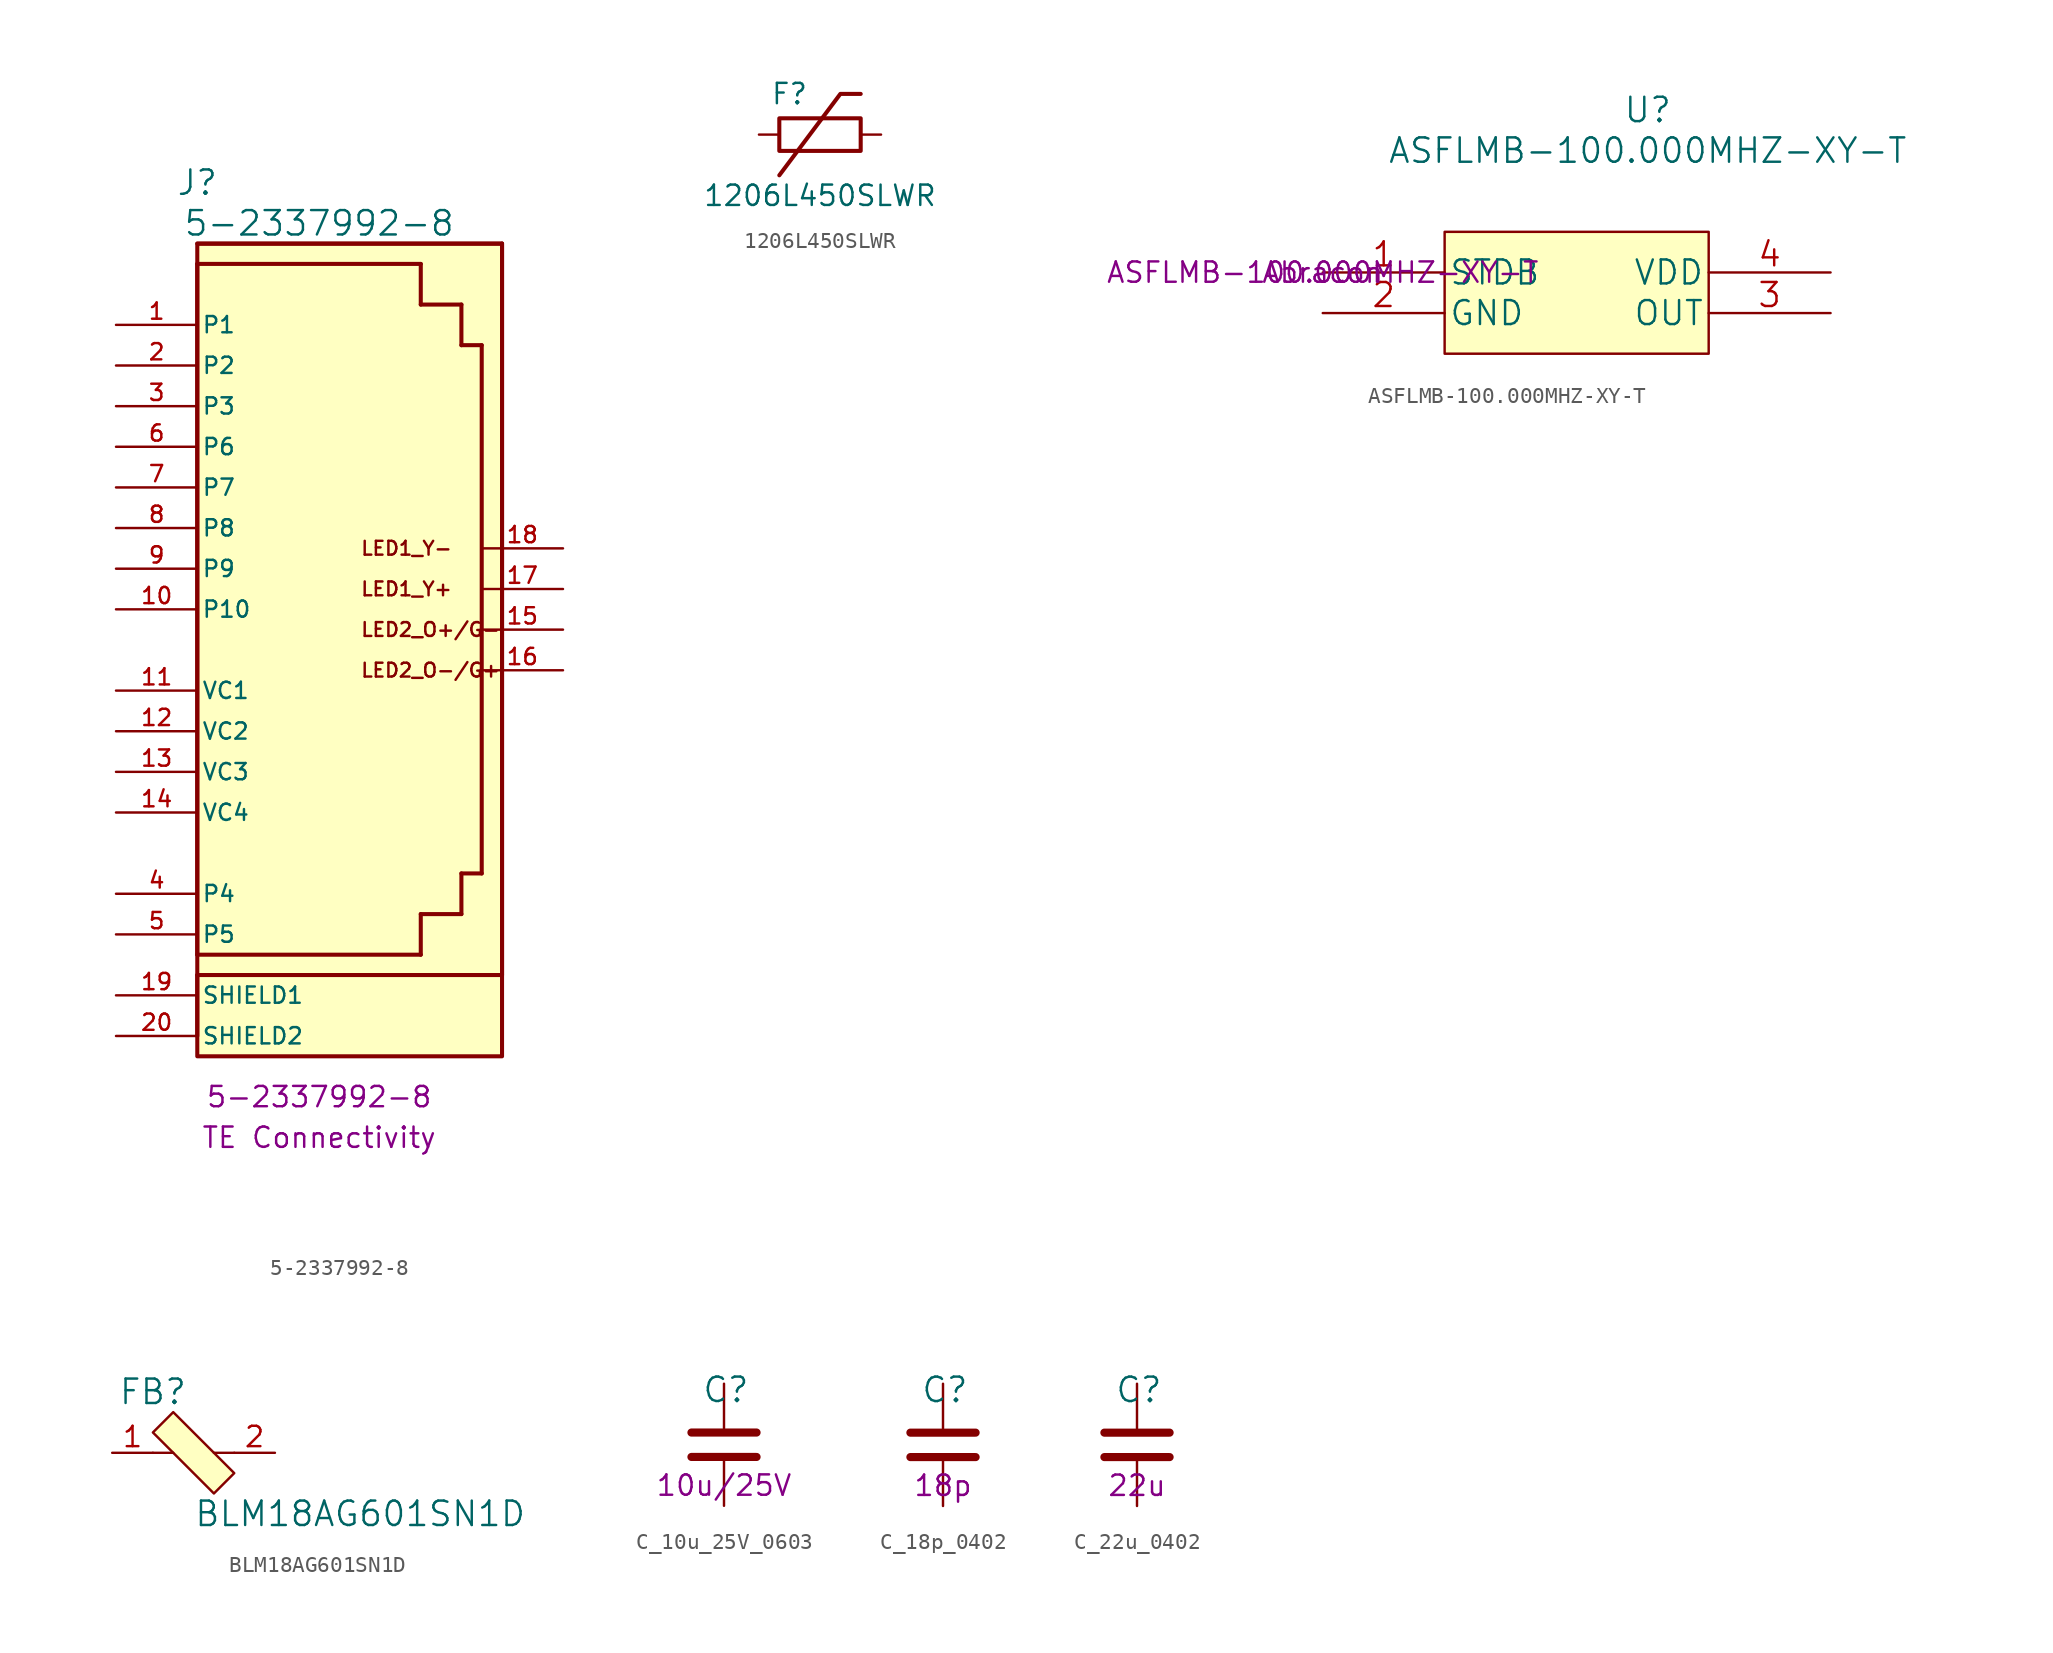
<source format=kicad_sym>
(kicad_symbol_lib
  (version 20211014)
  (generator kicad_symbol_editor)
  (symbol "5-2337992-8"
    (pin_names
      (offset 0.254))
    (property "Reference" "J"
      (at 41.91 5.08 0)
      (effects (font (size 1.524 1.524))))
    (property "Value" "5-2337992-8"
      (at 49.53 2.54 0)
      (effects (font (size 1.524 1.524))))
    (property "Datasheet" ""
      (at 36.83 -3.81 0)
      (effects (font (size 1.524 1.524))))
    (property "MPN" "5-2337992-8"
      (at 49.53 -52.07 0)
      (effects (font (size 1.27 1.27))))
    (property "Manufacturer" "TE Connectivity"
      (at 49.53 -54.61 0)
      (effects (font (size 1.27 1.27))))
    (symbol "5-2337992-8_1_1"
      (polyline (pts (xy 41.91 -44.45) (xy 41.91 -48.26)) (stroke (width 0.254) (type default) (color 0 0 0 0)) (fill (type none)))
      (polyline (pts (xy 41.91 -43.18) (xy 41.91 0)) (stroke (width 0.254) (type default) (color 0 0 0 0)) (fill (type none)))
      (polyline (pts (xy 41.91 0) (xy 55.88 0)) (stroke (width 0.254) (type default) (color 0 0 0 0)) (fill (type none)))
      (polyline (pts (xy 41.91 1.27) (xy 60.96 1.27)) (stroke (width 0.254) (type default) (color 0 0 0 0)) (fill (type none)))
      (polyline (pts (xy 55.88 -43.18) (xy 41.91 -43.18)) (stroke (width 0.254) (type default) (color 0 0 0 0)) (fill (type none)))
      (polyline (pts (xy 55.88 -43.18) (xy 55.88 -40.64)) (stroke (width 0.254) (type default) (color 0 0 0 0)) (fill (type none)))
      (polyline (pts (xy 55.88 -40.64) (xy 58.42 -40.64)) (stroke (width 0.254) (type default) (color 0 0 0 0)) (fill (type none)))
      (polyline (pts (xy 55.88 -2.54) (xy 58.42 -2.54)) (stroke (width 0.254) (type default) (color 0 0 0 0)) (fill (type none)))
      (polyline (pts (xy 55.88 0) (xy 55.88 -2.54)) (stroke (width 0.254) (type default) (color 0 0 0 0)) (fill (type none)))
      (polyline (pts (xy 58.42 -40.64) (xy 58.42 -38.1)) (stroke (width 0.254) (type default) (color 0 0 0 0)) (fill (type none)))
      (polyline (pts (xy 58.42 -38.1) (xy 59.69 -38.1)) (stroke (width 0.254) (type default) (color 0 0 0 0)) (fill (type none)))
      (polyline (pts (xy 58.42 -5.08) (xy 59.69 -5.08)) (stroke (width 0.254) (type default) (color 0 0 0 0)) (fill (type none)))
      (polyline (pts (xy 58.42 -2.54) (xy 58.42 -5.08)) (stroke (width 0.254) (type default) (color 0 0 0 0)) (fill (type none)))
      (polyline (pts (xy 59.69 -5.08) (xy 59.69 -38.1)) (stroke (width 0.254) (type default) (color 0 0 0 0)) (fill (type none)))
      (polyline (pts (xy 60.96 -44.45) (xy 41.91 -44.45)) (stroke (width 0.254) (type default) (color 0 0 0 0)) (fill (type none)))
      (polyline (pts (xy 60.96 1.27) (xy 60.96 -44.45)) (stroke (width 0.254) (type default) (color 0 0 0 0)) (fill (type none)))
      (rectangle (start 41.91 1.27) (end 60.96 -49.53) (stroke (width 0.254) (type default) (color 0 0 0 0)) (fill (type background)))
      (text "LED1_Y+" (at 52.07 -20.32 0) (effects (font (size 0.864 0.864)) (justify left)))
      (text "LED1_Y-" (at 52.07 -17.78 0) (effects (font (size 0.864 0.864)) (justify left)))
      (text "LED2_O+/G-" (at 52.07 -22.86 0) (effects (font (size 0.864 0.864)) (justify left)))
      (text "LED2_O-/G+" (at 52.07 -25.4 0) (effects (font (size 0.864 0.864)) (justify left)))
      (pin bidirectional line (at 36.83 -3.81 0) (length 5.08) (name "P1" (effects (font (size 1.016 1.016)))) (number "1" (effects (font (size 1.016 1.016)))))
      (pin bidirectional line (at 36.83 -21.59 0) (length 5.08) (name "P10" (effects (font (size 1.016 1.016)))) (number "10" (effects (font (size 1.016 1.016)))))
      (pin bidirectional line (at 36.83 -26.67 0) (length 5.08) (name "VC1" (effects (font (size 1.016 1.016)))) (number "11" (effects (font (size 1.016 1.016)))))
      (pin bidirectional line (at 36.83 -29.21 0) (length 5.08) (name "VC2" (effects (font (size 1.016 1.016)))) (number "12" (effects (font (size 1.016 1.016)))))
      (pin bidirectional line (at 36.83 -31.75 0) (length 5.08) (name "VC3" (effects (font (size 1.016 1.016)))) (number "13" (effects (font (size 1.016 1.016)))))
      (pin bidirectional line (at 36.83 -34.29 0) (length 5.08) (name "VC4" (effects (font (size 1.016 1.016)))) (number "14" (effects (font (size 1.016 1.016)))))
      (pin passive line (at 64.77 -22.86 180) (length 5.08) (name "~" (effects (font (size 1.016 1.016)))) (number "15" (effects (font (size 1.016 1.016)))))
      (pin passive line (at 64.77 -25.4 180) (length 5.08) (name "~" (effects (font (size 1.016 1.016)))) (number "16" (effects (font (size 1.016 1.016)))))
      (pin passive line (at 64.77 -20.32 180) (length 5.08) (name "~" (effects (font (size 1.016 1.016)))) (number "17" (effects (font (size 1.016 1.016)))))
      (pin passive line (at 64.77 -17.78 180) (length 5.08) (name "~" (effects (font (size 1.016 1.016)))) (number "18" (effects (font (size 1.016 1.016)))))
      (pin passive line (at 36.83 -45.72 0) (length 5.08) (name "SHIELD1" (effects (font (size 1.016 1.016)))) (number "19" (effects (font (size 1.016 1.016)))))
      (pin bidirectional line (at 36.83 -6.35 0) (length 5.08) (name "P2" (effects (font (size 1.016 1.016)))) (number "2" (effects (font (size 1.016 1.016)))))
      (pin passive line (at 36.83 -48.26 0) (length 5.08) (name "SHIELD2" (effects (font (size 1.016 1.016)))) (number "20" (effects (font (size 1.016 1.016)))))
      (pin bidirectional line (at 36.83 -8.89 0) (length 5.08) (name "P3" (effects (font (size 1.016 1.016)))) (number "3" (effects (font (size 1.016 1.016)))))
      (pin bidirectional line (at 36.83 -39.37 0) (length 5.08) (name "P4" (effects (font (size 1.016 1.016)))) (number "4" (effects (font (size 1.016 1.016)))))
      (pin bidirectional line (at 36.83 -41.91 0) (length 5.08) (name "P5" (effects (font (size 1.016 1.016)))) (number "5" (effects (font (size 1.016 1.016)))))
      (pin bidirectional line (at 36.83 -11.43 0) (length 5.08) (name "P6" (effects (font (size 1.016 1.016)))) (number "6" (effects (font (size 1.016 1.016)))))
      (pin bidirectional line (at 36.83 -13.97 0) (length 5.08) (name "P7" (effects (font (size 1.016 1.016)))) (number "7" (effects (font (size 1.016 1.016)))))
      (pin bidirectional line (at 36.83 -16.51 0) (length 5.08) (name "P8" (effects (font (size 1.016 1.016)))) (number "8" (effects (font (size 1.016 1.016)))))
      (pin bidirectional line (at 36.83 -19.05 0) (length 5.08) (name "P9" (effects (font (size 1.016 1.016)))) (number "9" (effects (font (size 1.016 1.016)))))))
  (symbol "1206L450SLWR"
    (pin_names
      (offset 1.016))
    (property "Reference" "F"
      (at -1.905 2.54 0)
      (effects (font (size 1.27 1.27))))
    (property "Value" "1206L450SLWR"
      (at 0 -3.81 0)
      (effects (font (size 1.27 1.27))))
    (symbol "1206L450SLWR_0_1"
      (polyline (pts (xy 2.54 2.54) (xy 1.27 2.54) (xy -2.54 -2.54)) (stroke (width 0.254) (type default) (color 0 0 0 0)) (fill (type none))))
    (symbol "1206L450SLWR_1_1"
      (rectangle (start 2.54 -1.016) (end -2.54 1.016) (stroke (width 0.254) (type default) (color 0 0 0 0)) (fill (type none)))
      (pin passive line (at -3.81 0 0) (length 1.27) (name "~" (effects (font (size 0 0)))) (number "1" (effects (font (size 0 0)))))
      (pin passive line (at 3.81 0 180) (length 1.27) (name "~" (effects (font (size 0 0)))) (number "2" (effects (font (size 0 0)))))))
  (symbol "ASFLMB-100.000MHZ-XY-T"
    (pin_names
      (offset 0.254))
    (property "Reference" "U"
      (at 20.32 10.16 0)
      (effects (font (size 1.524 1.524))))
    (property "Value" "ASFLMB-100.000MHZ-XY-T"
      (at 20.32 7.62 0)
      (effects (font (size 1.524 1.524))))
    (property "Datasheet" ""
      (at 0 0 0)
      (effects (font (size 1.524 1.524))))
    (property "Manufacturer" "Abracon"
      (at 0 0 0)
      (effects (font (size 1.27 1.27))))
    (property "MPN" "ASFLMB-100.000MHZ-XY-T"
      (at 0 0 0)
      (effects (font (size 1.27 1.27))))
    (symbol "ASFLMB-100.000MHZ-XY-T_1_1"
      (rectangle (start 7.62 2.54) (end 24.13 -5.08) (stroke (width 0) (type default) (color 0 0 0 0)) (fill (type background)))
      (pin unspecified line (at 0 0 0) (length 7.62) (name "STDB" (effects (font (size 1.499 1.499)))) (number "1" (effects (font (size 1.499 1.499)))))
      (pin unspecified line (at 0 -2.54 0) (length 7.62) (name "GND" (effects (font (size 1.499 1.499)))) (number "2" (effects (font (size 1.499 1.499)))))
      (pin unspecified line (at 31.75 -2.54 180) (length 7.62) (name "OUT" (effects (font (size 1.499 1.499)))) (number "3" (effects (font (size 1.499 1.499)))))
      (pin unspecified line (at 31.75 0 180) (length 7.62) (name "VDD" (effects (font (size 1.499 1.499)))) (number "4" (effects (font (size 1.499 1.499)))))))
  (symbol "BLM18AG601SN1D"
    (pin_names
      (offset 1.016))
    (property "Reference" "FB"
      (at -2.54 3.81 0)
      (effects (font (size 1.524 1.524))))
    (property "Value" "BLM18AG601SN1D"
      (at 0 -3.81 0)
      (effects (font (size 1.524 1.524)) (justify left)))
    (symbol "BLM18AG601SN1D_0_1"
      (polyline (pts (xy -1.27 0) (xy -2.54 0)) (stroke (width 0) (type default) (color 0 0 0 0)) (fill (type none)))
      (polyline (pts (xy 1.27 0) (xy 2.54 0)) (stroke (width 0) (type default) (color 0 0 0 0)) (fill (type none)))
      (polyline (pts (xy -1.27 2.54) (xy -2.54 1.27) (xy 1.27 -2.54) (xy 2.54 -1.27) (xy -1.27 2.54)) (stroke (width 0) (type default) (color 0 0 0 0)) (fill (type background))))
    (symbol "BLM18AG601SN1D_1_1"
      (pin passive line (at -5.08 0 0) (length 2.54) (name "~" (effects (font (size 1.27 1.27)))) (number "1" (effects (font (size 1.27 1.27)))))
      (pin passive line (at 5.08 0 180) (length 2.54) (name "~" (effects (font (size 1.27 1.27)))) (number "2" (effects (font (size 1.27 1.27)))))))
  (symbol "C_10u_25V_0603"
    (pin_names
      (offset 0))
    (property "Reference" "C"
      (at -1.397 3.429 0)
      (effects (font (size 1.524 1.524)) (justify left)))
    (property "Val" "10u/25V"
      (at 0 -2.54 0)
      (effects (font (size 1.27 1.27))))
    (symbol "C_10u_25V_0603_1_1"
      (polyline (pts (xy -2.032 -0.762) (xy 2.032 -0.762)) (stroke (width 0.508) (type default) (color 0 0 0 0)) (fill (type none)))
      (polyline (pts (xy -2.032 0.762) (xy 2.032 0.762)) (stroke (width 0.508) (type default) (color 0 0 0 0)) (fill (type none)))
      (pin passive line (at 0 3.81 270) (length 2.794) (name "~" (effects (font (size 0 0)))) (number "1" (effects (font (size 0 0)))))
      (pin passive line (at 0 -3.81 90) (length 2.794) (name "~" (effects (font (size 0 0)))) (number "2" (effects (font (size 0 0)))))))
  (symbol "C_18p_0402"
    (pin_names
      (offset 0))
    (property "Reference" "C"
      (at -1.397 3.429 0)
      (effects (font (size 1.524 1.524)) (justify left)))
    (property "Val" "18p"
      (at 0 -2.54 0)
      (effects (font (size 1.27 1.27))))
    (symbol "C_18p_0402_1_1"
      (polyline (pts (xy -2.032 -0.762) (xy 2.032 -0.762)) (stroke (width 0.508) (type default) (color 0 0 0 0)) (fill (type none)))
      (polyline (pts (xy -2.032 0.762) (xy 2.032 0.762)) (stroke (width 0.508) (type default) (color 0 0 0 0)) (fill (type none)))
      (pin passive line (at 0 3.81 270) (length 2.794) (name "~" (effects (font (size 0 0)))) (number "1" (effects (font (size 0 0)))))
      (pin passive line (at 0 -3.81 90) (length 2.794) (name "~" (effects (font (size 0 0)))) (number "2" (effects (font (size 0 0)))))))
  (symbol "C_22u_0402"
    (pin_names
      (offset 0))
    (property "Reference" "C"
      (at -1.397 3.429 0)
      (effects (font (size 1.524 1.524)) (justify left)))
    (property "Val" "22u"
      (at 0 -2.54 0)
      (effects (font (size 1.27 1.27))))
    (symbol "C_22u_0402_1_1"
      (polyline (pts (xy -2.032 -0.762) (xy 2.032 -0.762)) (stroke (width 0.508) (type default) (color 0 0 0 0)) (fill (type none)))
      (polyline (pts (xy -2.032 0.762) (xy 2.032 0.762)) (stroke (width 0.508) (type default) (color 0 0 0 0)) (fill (type none)))
      (pin passive line (at 0 3.81 270) (length 2.794) (name "~" (effects (font (size 0 0)))) (number "1" (effects (font (size 0 0)))))
      (pin passive line (at 0 -3.81 90) (length 2.794) (name "~" (effects (font (size 0 0)))) (number "2" (effects (font (size 0 0))))))))
</source>
